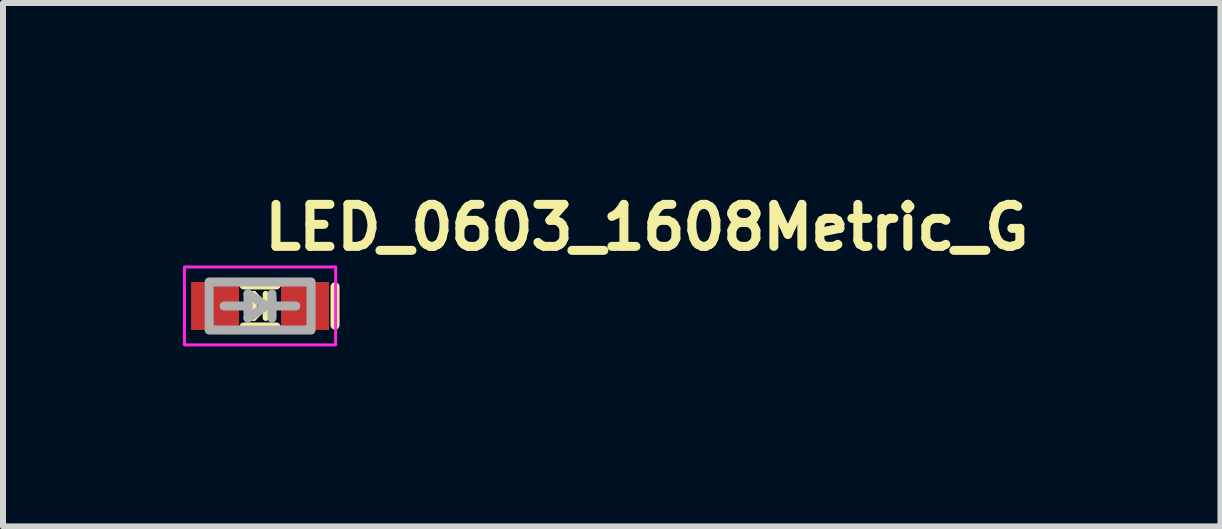
<source format=kicad_pcb>
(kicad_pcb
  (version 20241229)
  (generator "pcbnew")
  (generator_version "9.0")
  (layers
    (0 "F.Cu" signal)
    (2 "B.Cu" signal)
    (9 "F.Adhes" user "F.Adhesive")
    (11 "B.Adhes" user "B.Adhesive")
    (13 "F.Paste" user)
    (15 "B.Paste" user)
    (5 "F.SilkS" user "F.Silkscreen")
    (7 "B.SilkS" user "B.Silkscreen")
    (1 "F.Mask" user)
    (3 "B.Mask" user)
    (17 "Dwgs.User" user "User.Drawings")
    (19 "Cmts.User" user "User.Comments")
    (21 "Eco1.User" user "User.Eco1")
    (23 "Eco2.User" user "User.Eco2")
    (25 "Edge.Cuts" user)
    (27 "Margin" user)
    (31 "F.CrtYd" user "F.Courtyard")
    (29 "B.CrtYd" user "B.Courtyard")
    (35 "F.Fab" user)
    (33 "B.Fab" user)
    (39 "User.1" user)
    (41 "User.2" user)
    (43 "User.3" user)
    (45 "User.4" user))
  (footprint "LED_0603_1608Metric_G"
    (layer "F.Cu")
    (at 1.285 2.05)
    (property "Reference" "LED_0603_1608Metric_G" (at 0 -0.9 0) (layer "F.SilkS") (effects (font (size 0.7 0.7) (thickness 0.15)) (justify left bottom)))
    (attr smd)
    (fp_line (start -0.27 -0.35) (end 0.27 -0.35) (stroke (width 0.15) (type solid)) (layer "F.SilkS"))
    (fp_line (start -0.27 0.351) (end 0.27 0.351) (stroke (width 0.15) (type solid)) (layer "F.SilkS"))
    (fp_line (start -0.106 -0.2) (end -0.106 0.2) (stroke (width 0.1) (type solid)) (layer "F.SilkS"))
    (fp_line (start -0.106 -0.2) (end 0.094 -0.000008) (stroke (width 0.1) (type solid)) (layer "F.SilkS"))
    (fp_line (start -0.106 -0.000008) (end -0.29 0) (stroke (width 0.1) (type solid)) (layer "F.SilkS"))
    (fp_line (start 0.094 -0.2) (end 0.094 0.2) (stroke (width 0.1) (type solid)) (layer "F.SilkS"))
    (fp_line (start 0.094 -0.000008) (end -0.106 0.2) (stroke (width 0.1) (type solid)) (layer "F.SilkS"))
    (fp_line (start 0.094 -0.000008) (end 0.294 -0.000008) (stroke (width 0.1) (type solid)) (layer "F.SilkS"))
    (fp_line (start 1.25 0.32) (end 1.25 -0.32) (stroke (width 0.15) (type solid)) (layer "F.SilkS"))
    (fp_rect (start 1.26 0.65) (end -1.26 -0.65) (stroke (width 0.05) (type solid)) (fill no) (layer "F.CrtYd"))
    (fp_line (start -0.599 0) (end -0.201 0) (stroke (width 0.15) (type solid)) (layer "F.Fab"))
    (fp_line (start -0.201 -0.2) (end -0.201 0) (stroke (width 0.15) (type solid)) (layer "F.Fab"))
    (fp_line (start -0.201 0) (end -0.201 0.202) (stroke (width 0.15) (type solid)) (layer "F.Fab"))
    (fp_line (start -0.201 0.202) (end 0.101 0) (stroke (width 0.15) (type solid)) (layer "F.Fab"))
    (fp_line (start 0.101 0) (end -0.201 -0.2) (stroke (width 0.15) (type solid)) (layer "F.Fab"))
    (fp_line (start 0.199 -0.2) (end 0.199 -0.1) (stroke (width 0.15) (type solid)) (layer "F.Fab"))
    (fp_line (start 0.199 0) (end 0.597 0) (stroke (width 0.15) (type solid)) (layer "F.Fab"))
    (fp_line (start 0.199 0.202) (end 0.199 -0.1) (stroke (width 0.15) (type solid)) (layer "F.Fab"))
    (fp_rect (start -0.848 -0.4) (end 0.85 0.402) (stroke (width 0.15) (type solid)) (fill no) (layer "F.Fab"))
    (fp_rect (start 0.81 0.4) (end -0.81 -0.4) (stroke (width 0.1) (type solid)) (fill no) (layer "User.5"))
    (fp_line (start -0.81 -0.34) (end -0.81 -0.148) (stroke (width 0.02) (type solid)) (layer "User.9"))
    (fp_line (start -0.81 -0.148) (end -0.802 -0.148) (stroke (width 0.02) (type solid)) (layer "User.9"))
    (fp_line (start -0.81 0.15) (end -0.81 0.342) (stroke (width 0.02) (type solid)) (layer "User.9"))
    (fp_line (start -0.81 0.342) (end -0.578 0.342) (stroke (width 0.02) (type solid)) (layer "User.9"))
    (fp_line (start -0.802 -0.148) (end -0.794 -0.148) (stroke (width 0.02) (type solid)) (layer "User.9"))
    (fp_line (start -0.802 0.15) (end -0.81 0.15) (stroke (width 0.02) (type solid)) (layer "User.9"))
    (fp_line (start -0.8 -0.4) (end -0.8 -0.34) (stroke (width 0.02) (type solid)) (layer "User.9"))
    (fp_line (start -0.8 0.342) (end -0.8 0.402) (stroke (width 0.02) (type solid)) (layer "User.9"))
    (fp_line (start -0.8 0.402) (end 0.802 0.402) (stroke (width 0.02) (type solid)) (layer "User.9"))
    (fp_line (start -0.794 -0.148) (end -0.786 -0.148) (stroke (width 0.02) (type solid)) (layer "User.9"))
    (fp_line (start -0.794 0.15) (end -0.802 0.15) (stroke (width 0.02) (type solid)) (layer "User.9"))
    (fp_line (start -0.786 -0.148) (end -0.779 -0.147) (stroke (width 0.02) (type solid)) (layer "User.9"))
    (fp_line (start -0.786 0.15) (end -0.794 0.15) (stroke (width 0.02) (type solid)) (layer "User.9"))
    (fp_line (start -0.779 -0.147) (end -0.771 -0.146) (stroke (width 0.02) (type solid)) (layer "User.9"))
    (fp_line (start -0.779 0.149) (end -0.786 0.15) (stroke (width 0.02) (type solid)) (layer "User.9"))
    (fp_line (start -0.771 -0.146) (end -0.763 -0.144) (stroke (width 0.02) (type solid)) (layer "User.9"))
    (fp_line (start -0.771 0.148) (end -0.779 0.149) (stroke (width 0.02) (type solid)) (layer "User.9"))
    (fp_line (start -0.763 -0.144) (end -0.755 -0.143) (stroke (width 0.02) (type solid)) (layer "User.9"))
    (fp_line (start -0.763 0.146) (end -0.771 0.148) (stroke (width 0.02) (type solid)) (layer "User.9"))
    (fp_line (start -0.755 -0.143) (end -0.748 -0.141) (stroke (width 0.02) (type solid)) (layer "User.9"))
    (fp_line (start -0.755 0.145) (end -0.763 0.146) (stroke (width 0.02) (type solid)) (layer "User.9"))
    (fp_line (start -0.748 -0.141) (end -0.741 -0.138) (stroke (width 0.02) (type solid)) (layer "User.9"))
    (fp_line (start -0.748 0.143) (end -0.755 0.145) (stroke (width 0.02) (type solid)) (layer "User.9"))
    (fp_line (start -0.741 -0.138) (end -0.734 -0.135) (stroke (width 0.02) (type solid)) (layer "User.9"))
    (fp_line (start -0.741 0.14) (end -0.748 0.143) (stroke (width 0.02) (type solid)) (layer "User.9"))
    (fp_line (start -0.734 -0.135) (end -0.727 -0.131) (stroke (width 0.02) (type solid)) (layer "User.9"))
    (fp_line (start -0.734 0.137) (end -0.741 0.14) (stroke (width 0.02) (type solid)) (layer "User.9"))
    (fp_line (start -0.727 -0.131) (end -0.721 -0.128) (stroke (width 0.02) (type solid)) (layer "User.9"))
    (fp_line (start -0.727 0.133) (end -0.734 0.137) (stroke (width 0.02) (type solid)) (layer "User.9"))
    (fp_line (start -0.721 -0.128) (end -0.714 -0.123) (stroke (width 0.02) (type solid)) (layer "User.9"))
    (fp_line (start -0.721 0.13) (end -0.727 0.133) (stroke (width 0.02) (type solid)) (layer "User.9"))
    (fp_line (start -0.714 -0.123) (end -0.708 -0.119) (stroke (width 0.02) (type solid)) (layer "User.9"))
    (fp_line (start -0.714 0.125) (end -0.721 0.13) (stroke (width 0.02) (type solid)) (layer "User.9"))
    (fp_line (start -0.708 -0.119) (end -0.703 -0.114) (stroke (width 0.02) (type solid)) (layer "User.9"))
    (fp_line (start -0.708 0.12) (end -0.714 0.125) (stroke (width 0.02) (type solid)) (layer "User.9"))
    (fp_line (start -0.703 -0.114) (end -0.697 -0.108) (stroke (width 0.02) (type solid)) (layer "User.9"))
    (fp_line (start -0.703 0.116) (end -0.708 0.12) (stroke (width 0.02) (type solid)) (layer "User.9"))
    (fp_line (start -0.697 -0.108) (end -0.697 -0.108) (stroke (width 0.02) (type solid)) (layer "User.9"))
    (fp_line (start -0.697 -0.108) (end -0.691 -0.104) (stroke (width 0.02) (type solid)) (layer "User.9"))
    (fp_line (start -0.697 0.11) (end -0.703 0.116) (stroke (width 0.02) (type solid)) (layer "User.9"))
    (fp_line (start -0.697 0.11) (end -0.697 0.11) (stroke (width 0.02) (type solid)) (layer "User.9"))
    (fp_line (start -0.691 -0.104) (end -0.686 -0.098) (stroke (width 0.02) (type solid)) (layer "User.9"))
    (fp_line (start -0.691 0.105) (end -0.697 0.11) (stroke (width 0.02) (type solid)) (layer "User.9"))
    (fp_line (start -0.686 -0.098) (end -0.681 -0.091) (stroke (width 0.02) (type solid)) (layer "User.9"))
    (fp_line (start -0.686 0.1) (end -0.691 0.105) (stroke (width 0.02) (type solid)) (layer "User.9"))
    (fp_line (start -0.681 -0.091) (end -0.677 -0.086) (stroke (width 0.02) (type solid)) (layer "User.9"))
    (fp_line (start -0.681 0.093) (end -0.686 0.1) (stroke (width 0.02) (type solid)) (layer "User.9"))
    (fp_line (start -0.677 -0.086) (end -0.673 -0.078) (stroke (width 0.02) (type solid)) (layer "User.9"))
    (fp_line (start -0.677 0.088) (end -0.681 0.093) (stroke (width 0.02) (type solid)) (layer "User.9"))
    (fp_line (start -0.673 -0.078) (end -0.669 -0.072) (stroke (width 0.02) (type solid)) (layer "User.9"))
    (fp_line (start -0.673 0.08) (end -0.677 0.088) (stroke (width 0.02) (type solid)) (layer "User.9"))
    (fp_line (start -0.669 -0.072) (end -0.665 -0.066) (stroke (width 0.02) (type solid)) (layer "User.9"))
    (fp_line (start -0.669 0.074) (end -0.673 0.08) (stroke (width 0.02) (type solid)) (layer "User.9"))
    (fp_line (start -0.665 -0.066) (end -0.662 -0.059) (stroke (width 0.02) (type solid)) (layer "User.9"))
    (fp_line (start -0.665 0.068) (end -0.669 0.074) (stroke (width 0.02) (type solid)) (layer "User.9"))
    (fp_line (start -0.662 -0.059) (end -0.659 -0.052) (stroke (width 0.02) (type solid)) (layer "User.9"))
    (fp_line (start -0.662 0.06) (end -0.665 0.068) (stroke (width 0.02) (type solid)) (layer "User.9"))
    (fp_line (start -0.659 -0.052) (end -0.657 -0.044) (stroke (width 0.02) (type solid)) (layer "User.9"))
    (fp_line (start -0.659 0.053) (end -0.662 0.06) (stroke (width 0.02) (type solid)) (layer "User.9"))
    (fp_line (start -0.657 -0.044) (end -0.654 -0.037) (stroke (width 0.02) (type solid)) (layer "User.9"))
    (fp_line (start -0.657 0.046) (end -0.659 0.053) (stroke (width 0.02) (type solid)) (layer "User.9"))
    (fp_line (start -0.654 -0.037) (end -0.653 -0.029) (stroke (width 0.02) (type solid)) (layer "User.9"))
    (fp_line (start -0.654 0.039) (end -0.657 0.046) (stroke (width 0.02) (type solid)) (layer "User.9"))
    (fp_line (start -0.653 -0.029) (end -0.651 -0.022) (stroke (width 0.02) (type solid)) (layer "User.9"))
    (fp_line (start -0.653 0.031) (end -0.654 0.039) (stroke (width 0.02) (type solid)) (layer "User.9"))
    (fp_line (start -0.651 -0.022) (end -0.65 -0.014) (stroke (width 0.02) (type solid)) (layer "User.9"))
    (fp_line (start -0.651 0.024) (end -0.653 0.031) (stroke (width 0.02) (type solid)) (layer "User.9"))
    (fp_line (start -0.65 -0.014) (end -0.65 -0.007) (stroke (width 0.02) (type solid)) (layer "User.9"))
    (fp_line (start -0.65 -0.007) (end -0.65 0) (stroke (width 0.02) (type solid)) (layer "User.9"))
    (fp_line (start -0.65 0) (end -0.65 0.008) (stroke (width 0.02) (type solid)) (layer "User.9"))
    (fp_line (start -0.65 0.008) (end -0.65 0.016) (stroke (width 0.02) (type solid)) (layer "User.9"))
    (fp_line (start -0.65 0.016) (end -0.651 0.024) (stroke (width 0.02) (type solid)) (layer "User.9"))
    (fp_line (start -0.598 -0.306) (end -0.597 -0.309) (stroke (width 0.02) (type solid)) (layer "User.9"))
    (fp_line (start -0.598 -0.304) (end -0.598 -0.306) (stroke (width 0.02) (type solid)) (layer "User.9"))
    (fp_line (start -0.598 -0.301) (end -0.598 -0.304) (stroke (width 0.02) (type solid)) (layer "User.9"))
    (fp_line (start -0.598 -0.298) (end -0.598 -0.301) (stroke (width 0.02) (type solid)) (layer "User.9"))
    (fp_line (start -0.598 -0.298) (end -0.598 0.3) (stroke (width 0.02) (type solid)) (layer "User.9"))
    (fp_line (start -0.598 0.303) (end -0.598 0.3) (stroke (width 0.02) (type solid)) (layer "User.9"))
    (fp_line (start -0.598 0.306) (end -0.598 0.303) (stroke (width 0.02) (type solid)) (layer "User.9"))
    (fp_line (start -0.598 0.308) (end -0.598 0.306) (stroke (width 0.02) (type solid)) (layer "User.9"))
    (fp_line (start -0.597 -0.311) (end -0.596 -0.313) (stroke (width 0.02) (type solid)) (layer "User.9"))
    (fp_line (start -0.597 -0.309) (end -0.597 -0.311) (stroke (width 0.02) (type solid)) (layer "User.9"))
    (fp_line (start -0.597 0.311) (end -0.598 0.308) (stroke (width 0.02) (type solid)) (layer "User.9"))
    (fp_line (start -0.597 0.313) (end -0.597 0.311) (stroke (width 0.02) (type solid)) (layer "User.9"))
    (fp_line (start -0.596 -0.313) (end -0.595 -0.316) (stroke (width 0.02) (type solid)) (layer "User.9"))
    (fp_line (start -0.596 0.315) (end -0.597 0.313) (stroke (width 0.02) (type solid)) (layer "User.9"))
    (fp_line (start -0.595 -0.318) (end -0.594 -0.321) (stroke (width 0.02) (type solid)) (layer "User.9"))
    (fp_line (start -0.595 -0.316) (end -0.595 -0.318) (stroke (width 0.02) (type solid)) (layer "User.9"))
    (fp_line (start -0.595 0.318) (end -0.596 0.315) (stroke (width 0.02) (type solid)) (layer "User.9"))
    (fp_line (start -0.595 0.32) (end -0.595 0.318) (stroke (width 0.02) (type solid)) (layer "User.9"))
    (fp_line (start -0.594 -0.321) (end -0.592 -0.323) (stroke (width 0.02) (type solid)) (layer "User.9"))
    (fp_line (start -0.594 0.323) (end -0.595 0.32) (stroke (width 0.02) (type solid)) (layer "User.9"))
    (fp_line (start -0.592 -0.323) (end -0.591 -0.325) (stroke (width 0.02) (type solid)) (layer "User.9"))
    (fp_line (start -0.592 0.325) (end -0.594 0.323) (stroke (width 0.02) (type solid)) (layer "User.9"))
    (fp_line (start -0.591 -0.325) (end -0.59 -0.327) (stroke (width 0.02) (type solid)) (layer "User.9"))
    (fp_line (start -0.591 0.327) (end -0.592 0.325) (stroke (width 0.02) (type solid)) (layer "User.9"))
    (fp_line (start -0.59 -0.327) (end -0.589 -0.329) (stroke (width 0.02) (type solid)) (layer "User.9"))
    (fp_line (start -0.59 0.329) (end -0.591 0.327) (stroke (width 0.02) (type solid)) (layer "User.9"))
    (fp_line (start -0.589 -0.329) (end -0.587 -0.331) (stroke (width 0.02) (type solid)) (layer "User.9"))
    (fp_line (start -0.589 0.331) (end -0.59 0.329) (stroke (width 0.02) (type solid)) (layer "User.9"))
    (fp_line (start -0.587 -0.331) (end -0.586 -0.333) (stroke (width 0.02) (type solid)) (layer "User.9"))
    (fp_line (start -0.587 0.333) (end -0.589 0.331) (stroke (width 0.02) (type solid)) (layer "User.9"))
    (fp_line (start -0.586 -0.333) (end -0.584 -0.335) (stroke (width 0.02) (type solid)) (layer "User.9"))
    (fp_line (start -0.586 0.335) (end -0.587 0.333) (stroke (width 0.02) (type solid)) (layer "User.9"))
    (fp_line (start -0.584 -0.335) (end -0.582 -0.337) (stroke (width 0.02) (type solid)) (layer "User.9"))
    (fp_line (start -0.584 0.337) (end -0.586 0.335) (stroke (width 0.02) (type solid)) (layer "User.9"))
    (fp_line (start -0.582 -0.337) (end -0.58 -0.338) (stroke (width 0.02) (type solid)) (layer "User.9"))
    (fp_line (start -0.582 0.339) (end -0.584 0.337) (stroke (width 0.02) (type solid)) (layer "User.9"))
    (fp_line (start -0.58 -0.338) (end -0.578 -0.34) (stroke (width 0.02) (type solid)) (layer "User.9"))
    (fp_line (start -0.58 0.34) (end -0.582 0.339) (stroke (width 0.02) (type solid)) (layer "User.9"))
    (fp_line (start -0.578 -0.34) (end -0.81 -0.34) (stroke (width 0.02) (type solid)) (layer "User.9"))
    (fp_line (start -0.578 -0.34) (end -0.576 -0.341) (stroke (width 0.02) (type solid)) (layer "User.9"))
    (fp_line (start -0.578 0.342) (end -0.58 0.34) (stroke (width 0.02) (type solid)) (layer "User.9"))
    (fp_line (start -0.576 -0.341) (end -0.575 -0.342) (stroke (width 0.02) (type solid)) (layer "User.9"))
    (fp_line (start -0.576 0.343) (end -0.578 0.342) (stroke (width 0.02) (type solid)) (layer "User.9"))
    (fp_line (start -0.575 -0.342) (end -0.573 -0.343) (stroke (width 0.02) (type solid)) (layer "User.9"))
    (fp_line (start -0.575 0.344) (end -0.576 0.343) (stroke (width 0.02) (type solid)) (layer "User.9"))
    (fp_line (start -0.573 -0.343) (end -0.571 -0.345) (stroke (width 0.02) (type solid)) (layer "User.9"))
    (fp_line (start -0.573 0.345) (end -0.575 0.344) (stroke (width 0.02) (type solid)) (layer "User.9"))
    (fp_line (start -0.571 -0.345) (end -0.569 -0.346) (stroke (width 0.02) (type solid)) (layer "User.9"))
    (fp_line (start -0.571 0.347) (end -0.573 0.345) (stroke (width 0.02) (type solid)) (layer "User.9"))
    (fp_line (start -0.569 -0.346) (end -0.567 -0.346) (stroke (width 0.02) (type solid)) (layer "User.9"))
    (fp_line (start -0.569 0.348) (end -0.571 0.347) (stroke (width 0.02) (type solid)) (layer "User.9"))
    (fp_line (start -0.567 -0.346) (end -0.564 -0.347) (stroke (width 0.02) (type solid)) (layer "User.9"))
    (fp_line (start -0.567 0.348) (end -0.569 0.348) (stroke (width 0.02) (type solid)) (layer "User.9"))
    (fp_line (start -0.564 -0.347) (end -0.562 -0.348) (stroke (width 0.02) (type solid)) (layer "User.9"))
    (fp_line (start -0.564 0.349) (end -0.567 0.348) (stroke (width 0.02) (type solid)) (layer "User.9"))
    (fp_line (start -0.562 -0.348) (end -0.56 -0.348) (stroke (width 0.02) (type solid)) (layer "User.9"))
    (fp_line (start -0.562 0.35) (end -0.564 0.349) (stroke (width 0.02) (type solid)) (layer "User.9"))
    (fp_line (start -0.56 -0.348) (end -0.557 -0.349) (stroke (width 0.02) (type solid)) (layer "User.9"))
    (fp_line (start -0.56 0.35) (end -0.562 0.35) (stroke (width 0.02) (type solid)) (layer "User.9"))
    (fp_line (start -0.557 -0.349) (end -0.555 -0.349) (stroke (width 0.02) (type solid)) (layer "User.9"))
    (fp_line (start -0.557 0.351) (end -0.56 0.35) (stroke (width 0.02) (type solid)) (layer "User.9"))
    (fp_line (start -0.555 -0.349) (end -0.552 -0.349) (stroke (width 0.02) (type solid)) (layer "User.9"))
    (fp_line (start -0.555 0.351) (end -0.557 0.351) (stroke (width 0.02) (type solid)) (layer "User.9"))
    (fp_line (start -0.552 -0.349) (end -0.55 -0.349) (stroke (width 0.02) (type solid)) (layer "User.9"))
    (fp_line (start -0.552 0.351) (end -0.555 0.351) (stroke (width 0.02) (type solid)) (layer "User.9"))
    (fp_line (start -0.55 0.351) (end -0.552 0.351) (stroke (width 0.02) (type solid)) (layer "User.9"))
    (fp_line (start -0.55 0.351) (end 0.552 0.351) (stroke (width 0.02) (type solid)) (layer "User.9"))
    (fp_line (start 0.5 -0.39) (end 0.5 -0.349) (stroke (width 0.02) (type solid)) (layer "User.9"))
    (fp_line (start 0.5 0.351) (end 0.5 0.392) (stroke (width 0.02) (type solid)) (layer "User.9"))
    (fp_line (start 0.5 0.392) (end 0.782 0.392) (stroke (width 0.02) (type solid)) (layer "User.9"))
    (fp_line (start 0.552 -0.349) (end -0.55 -0.349) (stroke (width 0.02) (type solid)) (layer "User.9"))
    (fp_line (start 0.552 -0.349) (end 0.554 -0.349) (stroke (width 0.02) (type solid)) (layer "User.9"))
    (fp_line (start 0.554 -0.349) (end 0.557 -0.349) (stroke (width 0.02) (type solid)) (layer "User.9"))
    (fp_line (start 0.554 0.351) (end 0.552 0.351) (stroke (width 0.02) (type solid)) (layer "User.9"))
    (fp_line (start 0.557 -0.349) (end 0.559 -0.349) (stroke (width 0.02) (type solid)) (layer "User.9"))
    (fp_line (start 0.557 0.351) (end 0.554 0.351) (stroke (width 0.02) (type solid)) (layer "User.9"))
    (fp_line (start 0.559 -0.349) (end 0.562 -0.348) (stroke (width 0.02) (type solid)) (layer "User.9"))
    (fp_line (start 0.559 0.351) (end 0.557 0.351) (stroke (width 0.02) (type solid)) (layer "User.9"))
    (fp_line (start 0.562 -0.348) (end 0.564 -0.348) (stroke (width 0.02) (type solid)) (layer "User.9"))
    (fp_line (start 0.562 0.35) (end 0.559 0.351) (stroke (width 0.02) (type solid)) (layer "User.9"))
    (fp_line (start 0.564 -0.348) (end 0.566 -0.347) (stroke (width 0.02) (type solid)) (layer "User.9"))
    (fp_line (start 0.564 0.35) (end 0.562 0.35) (stroke (width 0.02) (type solid)) (layer "User.9"))
    (fp_line (start 0.566 -0.347) (end 0.569 -0.346) (stroke (width 0.02) (type solid)) (layer "User.9"))
    (fp_line (start 0.566 0.349) (end 0.564 0.35) (stroke (width 0.02) (type solid)) (layer "User.9"))
    (fp_line (start 0.569 -0.346) (end 0.571 -0.346) (stroke (width 0.02) (type solid)) (layer "User.9"))
    (fp_line (start 0.569 0.348) (end 0.566 0.349) (stroke (width 0.02) (type solid)) (layer "User.9"))
    (fp_line (start 0.571 -0.346) (end 0.573 -0.345) (stroke (width 0.02) (type solid)) (layer "User.9"))
    (fp_line (start 0.571 0.348) (end 0.569 0.348) (stroke (width 0.02) (type solid)) (layer "User.9"))
    (fp_line (start 0.573 -0.345) (end 0.575 -0.343) (stroke (width 0.02) (type solid)) (layer "User.9"))
    (fp_line (start 0.573 0.347) (end 0.571 0.348) (stroke (width 0.02) (type solid)) (layer "User.9"))
    (fp_line (start 0.575 -0.343) (end 0.577 -0.342) (stroke (width 0.02) (type solid)) (layer "User.9"))
    (fp_line (start 0.575 0.345) (end 0.573 0.347) (stroke (width 0.02) (type solid)) (layer "User.9"))
    (fp_line (start 0.577 -0.342) (end 0.578 -0.341) (stroke (width 0.02) (type solid)) (layer "User.9"))
    (fp_line (start 0.577 0.344) (end 0.575 0.345) (stroke (width 0.02) (type solid)) (layer "User.9"))
    (fp_line (start 0.578 -0.341) (end 0.58 -0.34) (stroke (width 0.02) (type solid)) (layer "User.9"))
    (fp_line (start 0.578 0.343) (end 0.577 0.344) (stroke (width 0.02) (type solid)) (layer "User.9"))
    (fp_line (start 0.58 -0.34) (end 0.582 -0.338) (stroke (width 0.02) (type solid)) (layer "User.9"))
    (fp_line (start 0.58 0.342) (end 0.578 0.343) (stroke (width 0.02) (type solid)) (layer "User.9"))
    (fp_line (start 0.58 0.342) (end 0.812 0.342) (stroke (width 0.02) (type solid)) (layer "User.9"))
    (fp_line (start 0.582 -0.338) (end 0.584 -0.337) (stroke (width 0.02) (type solid)) (layer "User.9"))
    (fp_line (start 0.582 0.34) (end 0.58 0.342) (stroke (width 0.02) (type solid)) (layer "User.9"))
    (fp_line (start 0.584 -0.337) (end 0.586 -0.335) (stroke (width 0.02) (type solid)) (layer "User.9"))
    (fp_line (start 0.584 0.339) (end 0.582 0.34) (stroke (width 0.02) (type solid)) (layer "User.9"))
    (fp_line (start 0.586 -0.335) (end 0.588 -0.333) (stroke (width 0.02) (type solid)) (layer "User.9"))
    (fp_line (start 0.586 0.337) (end 0.584 0.339) (stroke (width 0.02) (type solid)) (layer "User.9"))
    (fp_line (start 0.588 -0.333) (end 0.589 -0.331) (stroke (width 0.02) (type solid)) (layer "User.9"))
    (fp_line (start 0.588 0.335) (end 0.586 0.337) (stroke (width 0.02) (type solid)) (layer "User.9"))
    (fp_line (start 0.589 -0.331) (end 0.591 -0.329) (stroke (width 0.02) (type solid)) (layer "User.9"))
    (fp_line (start 0.589 0.333) (end 0.588 0.335) (stroke (width 0.02) (type solid)) (layer "User.9"))
    (fp_line (start 0.591 -0.329) (end 0.592 -0.327) (stroke (width 0.02) (type solid)) (layer "User.9"))
    (fp_line (start 0.591 0.331) (end 0.589 0.333) (stroke (width 0.02) (type solid)) (layer "User.9"))
    (fp_line (start 0.592 -0.327) (end 0.593 -0.325) (stroke (width 0.02) (type solid)) (layer "User.9"))
    (fp_line (start 0.592 0.329) (end 0.591 0.331) (stroke (width 0.02) (type solid)) (layer "User.9"))
    (fp_line (start 0.593 -0.325) (end 0.594 -0.323) (stroke (width 0.02) (type solid)) (layer "User.9"))
    (fp_line (start 0.593 0.327) (end 0.592 0.329) (stroke (width 0.02) (type solid)) (layer "User.9"))
    (fp_line (start 0.594 -0.323) (end 0.596 -0.321) (stroke (width 0.02) (type solid)) (layer "User.9"))
    (fp_line (start 0.594 0.325) (end 0.593 0.327) (stroke (width 0.02) (type solid)) (layer "User.9"))
    (fp_line (start 0.596 -0.321) (end 0.597 -0.318) (stroke (width 0.02) (type solid)) (layer "User.9"))
    (fp_line (start 0.596 0.323) (end 0.594 0.325) (stroke (width 0.02) (type solid)) (layer "User.9"))
    (fp_line (start 0.597 -0.318) (end 0.597 -0.316) (stroke (width 0.02) (type solid)) (layer "User.9"))
    (fp_line (start 0.597 -0.316) (end 0.598 -0.313) (stroke (width 0.02) (type solid)) (layer "User.9"))
    (fp_line (start 0.597 0.318) (end 0.597 0.32) (stroke (width 0.02) (type solid)) (layer "User.9"))
    (fp_line (start 0.597 0.32) (end 0.596 0.323) (stroke (width 0.02) (type solid)) (layer "User.9"))
    (fp_line (start 0.598 -0.313) (end 0.599 -0.311) (stroke (width 0.02) (type solid)) (layer "User.9"))
    (fp_line (start 0.598 0.315) (end 0.597 0.318) (stroke (width 0.02) (type solid)) (layer "User.9"))
    (fp_line (start 0.599 -0.311) (end 0.599 -0.309) (stroke (width 0.02) (type solid)) (layer "User.9"))
    (fp_line (start 0.599 -0.309) (end 0.6 -0.306) (stroke (width 0.02) (type solid)) (layer "User.9"))
    (fp_line (start 0.599 0.311) (end 0.599 0.313) (stroke (width 0.02) (type solid)) (layer "User.9"))
    (fp_line (start 0.599 0.313) (end 0.598 0.315) (stroke (width 0.02) (type solid)) (layer "User.9"))
    (fp_line (start 0.6 -0.306) (end 0.6 -0.304) (stroke (width 0.02) (type solid)) (layer "User.9"))
    (fp_line (start 0.6 -0.304) (end 0.6 -0.301) (stroke (width 0.02) (type solid)) (layer "User.9"))
    (fp_line (start 0.6 -0.301) (end 0.6 -0.298) (stroke (width 0.02) (type solid)) (layer "User.9"))
    (fp_line (start 0.6 0.3) (end 0.6 -0.298) (stroke (width 0.02) (type solid)) (layer "User.9"))
    (fp_line (start 0.6 0.3) (end 0.6 0.303) (stroke (width 0.02) (type solid)) (layer "User.9"))
    (fp_line (start 0.6 0.303) (end 0.6 0.306) (stroke (width 0.02) (type solid)) (layer "User.9"))
    (fp_line (start 0.6 0.306) (end 0.6 0.308) (stroke (width 0.02) (type solid)) (layer "User.9"))
    (fp_line (start 0.6 0.308) (end 0.599 0.311) (stroke (width 0.02) (type solid)) (layer "User.9"))
    (fp_line (start 0.651 0) (end 0.652 -0.01) (stroke (width 0.02) (type solid)) (layer "User.9"))
    (fp_line (start 0.652 -0.01) (end 0.653 -0.02) (stroke (width 0.02) (type solid)) (layer "User.9"))
    (fp_line (start 0.652 0.011) (end 0.651 0) (stroke (width 0.02) (type solid)) (layer "User.9"))
    (fp_line (start 0.653 -0.02) (end 0.655 -0.029) (stroke (width 0.02) (type solid)) (layer "User.9"))
    (fp_line (start 0.653 0.022) (end 0.652 0.011) (stroke (width 0.02) (type solid)) (layer "User.9"))
    (fp_line (start 0.655 -0.029) (end 0.657 -0.04) (stroke (width 0.02) (type solid)) (layer "User.9"))
    (fp_line (start 0.655 0.031) (end 0.653 0.022) (stroke (width 0.02) (type solid)) (layer "User.9"))
    (fp_line (start 0.657 -0.04) (end 0.66 -0.049) (stroke (width 0.02) (type solid)) (layer "User.9"))
    (fp_line (start 0.657 0.042) (end 0.655 0.031) (stroke (width 0.02) (type solid)) (layer "User.9"))
    (fp_line (start 0.66 -0.049) (end 0.664 -0.059) (stroke (width 0.02) (type solid)) (layer "User.9"))
    (fp_line (start 0.66 0.051) (end 0.657 0.042) (stroke (width 0.02) (type solid)) (layer "User.9"))
    (fp_line (start 0.664 -0.059) (end 0.668 -0.068) (stroke (width 0.02) (type solid)) (layer "User.9"))
    (fp_line (start 0.664 0.06) (end 0.66 0.051) (stroke (width 0.02) (type solid)) (layer "User.9"))
    (fp_line (start 0.668 -0.068) (end 0.673 -0.076) (stroke (width 0.02) (type solid)) (layer "User.9"))
    (fp_line (start 0.668 0.07) (end 0.664 0.06) (stroke (width 0.02) (type solid)) (layer "User.9"))
    (fp_line (start 0.673 -0.076) (end 0.673 -0.076) (stroke (width 0.02) (type solid)) (layer "User.9"))
    (fp_line (start 0.673 -0.076) (end 0.676 -0.082) (stroke (width 0.02) (type solid)) (layer "User.9"))
    (fp_line (start 0.673 0.078) (end 0.668 0.07) (stroke (width 0.02) (type solid)) (layer "User.9"))
    (fp_line (start 0.673 0.078) (end 0.673 0.078) (stroke (width 0.02) (type solid)) (layer "User.9"))
    (fp_line (start 0.676 -0.082) (end 0.679 -0.086) (stroke (width 0.02) (type solid)) (layer "User.9"))
    (fp_line (start 0.679 -0.086) (end 0.682 -0.089) (stroke (width 0.02) (type solid)) (layer "User.9"))
    (fp_line (start 0.679 0.088) (end 0.673 0.078) (stroke (width 0.02) (type solid)) (layer "User.9"))
    (fp_line (start 0.682 -0.089) (end 0.685 -0.093) (stroke (width 0.02) (type solid)) (layer "User.9"))
    (fp_line (start 0.685 -0.093) (end 0.689 -0.098) (stroke (width 0.02) (type solid)) (layer "User.9"))
    (fp_line (start 0.685 0.095) (end 0.679 0.088) (stroke (width 0.02) (type solid)) (layer "User.9"))
    (fp_line (start 0.689 -0.098) (end 0.692 -0.102) (stroke (width 0.02) (type solid)) (layer "User.9"))
    (fp_line (start 0.692 -0.102) (end 0.696 -0.105) (stroke (width 0.02) (type solid)) (layer "User.9"))
    (fp_line (start 0.692 0.104) (end 0.685 0.095) (stroke (width 0.02) (type solid)) (layer "User.9"))
    (fp_line (start 0.696 -0.105) (end 0.699 -0.108) (stroke (width 0.02) (type solid)) (layer "User.9"))
    (fp_line (start 0.699 -0.108) (end 0.703 -0.113) (stroke (width 0.02) (type solid)) (layer "User.9"))
    (fp_line (start 0.699 0.11) (end 0.692 0.104) (stroke (width 0.02) (type solid)) (layer "User.9"))
    (fp_line (start 0.703 -0.113) (end 0.706 -0.116) (stroke (width 0.02) (type solid)) (layer "User.9"))
    (fp_line (start 0.706 -0.116) (end 0.71 -0.119) (stroke (width 0.02) (type solid)) (layer "User.9"))
    (fp_line (start 0.706 0.118) (end 0.699 0.11) (stroke (width 0.02) (type solid)) (layer "User.9"))
    (fp_line (start 0.71 -0.119) (end 0.714 -0.121) (stroke (width 0.02) (type solid)) (layer "User.9"))
    (fp_line (start 0.714 -0.121) (end 0.718 -0.124) (stroke (width 0.02) (type solid)) (layer "User.9"))
    (fp_line (start 0.714 0.123) (end 0.706 0.118) (stroke (width 0.02) (type solid)) (layer "User.9"))
    (fp_line (start 0.718 -0.124) (end 0.723 -0.128) (stroke (width 0.02) (type solid)) (layer "User.9"))
    (fp_line (start 0.723 -0.128) (end 0.727 -0.13) (stroke (width 0.02) (type solid)) (layer "User.9"))
    (fp_line (start 0.723 0.13) (end 0.714 0.123) (stroke (width 0.02) (type solid)) (layer "User.9"))
    (fp_line (start 0.727 -0.13) (end 0.731 -0.133) (stroke (width 0.02) (type solid)) (layer "User.9"))
    (fp_line (start 0.731 -0.133) (end 0.736 -0.135) (stroke (width 0.02) (type solid)) (layer "User.9"))
    (fp_line (start 0.731 0.135) (end 0.723 0.13) (stroke (width 0.02) (type solid)) (layer "User.9"))
    (fp_line (start 0.736 -0.135) (end 0.74 -0.137) (stroke (width 0.02) (type solid)) (layer "User.9"))
    (fp_line (start 0.74 -0.137) (end 0.745 -0.139) (stroke (width 0.02) (type solid)) (layer "User.9"))
    (fp_line (start 0.74 0.139) (end 0.731 0.135) (stroke (width 0.02) (type solid)) (layer "User.9"))
    (fp_line (start 0.745 -0.139) (end 0.75 -0.141) (stroke (width 0.02) (type solid)) (layer "User.9"))
    (fp_line (start 0.75 -0.141) (end 0.755 -0.142) (stroke (width 0.02) (type solid)) (layer "User.9"))
    (fp_line (start 0.75 0.143) (end 0.74 0.139) (stroke (width 0.02) (type solid)) (layer "User.9"))
    (fp_line (start 0.755 -0.142) (end 0.76 -0.144) (stroke (width 0.02) (type solid)) (layer "User.9"))
    (fp_line (start 0.76 -0.144) (end 0.764 -0.144) (stroke (width 0.02) (type solid)) (layer "User.9"))
    (fp_line (start 0.76 0.145) (end 0.75 0.143) (stroke (width 0.02) (type solid)) (layer "User.9"))
    (fp_line (start 0.764 -0.144) (end 0.77 -0.145) (stroke (width 0.02) (type solid)) (layer "User.9"))
    (fp_line (start 0.77 -0.145) (end 0.775 -0.146) (stroke (width 0.02) (type solid)) (layer "User.9"))
    (fp_line (start 0.77 0.147) (end 0.76 0.145) (stroke (width 0.02) (type solid)) (layer "User.9"))
    (fp_line (start 0.775 -0.146) (end 0.78 -0.147) (stroke (width 0.02) (type solid)) (layer "User.9"))
    (fp_line (start 0.78 -0.147) (end 0.786 -0.148) (stroke (width 0.02) (type solid)) (layer "User.9"))
    (fp_line (start 0.78 0.149) (end 0.77 0.147) (stroke (width 0.02) (type solid)) (layer "User.9"))
    (fp_line (start 0.782 -0.39) (end 0.5 -0.39) (stroke (width 0.02) (type solid)) (layer "User.9"))
    (fp_line (start 0.782 -0.34) (end 0.782 -0.39) (stroke (width 0.02) (type solid)) (layer "User.9"))
    (fp_line (start 0.782 0.392) (end 0.782 0.342) (stroke (width 0.02) (type solid)) (layer "User.9"))
    (fp_line (start 0.786 -0.148) (end 0.791 -0.148) (stroke (width 0.02) (type solid)) (layer "User.9"))
    (fp_line (start 0.791 -0.148) (end 0.796 -0.148) (stroke (width 0.02) (type solid)) (layer "User.9"))
    (fp_line (start 0.791 0.15) (end 0.78 0.149) (stroke (width 0.02) (type solid)) (layer "User.9"))
    (fp_line (start 0.796 -0.148) (end 0.801 -0.149) (stroke (width 0.02) (type solid)) (layer "User.9"))
    (fp_line (start 0.801 -0.149) (end 0.806 -0.148) (stroke (width 0.02) (type solid)) (layer "User.9"))
    (fp_line (start 0.801 0.151) (end 0.791 0.15) (stroke (width 0.02) (type solid)) (layer "User.9"))
    (fp_line (start 0.802 -0.4) (end -0.8 -0.4) (stroke (width 0.02) (type solid)) (layer "User.9"))
    (fp_line (start 0.802 -0.34) (end 0.802 -0.4) (stroke (width 0.02) (type solid)) (layer "User.9"))
    (fp_line (start 0.802 0.402) (end 0.802 0.342) (stroke (width 0.02) (type solid)) (layer "User.9"))
    (fp_line (start 0.806 -0.148) (end 0.812 -0.148) (stroke (width 0.02) (type solid)) (layer "User.9"))
    (fp_line (start 0.812 -0.34) (end 0.58 -0.34) (stroke (width 0.02) (type solid)) (layer "User.9"))
    (fp_line (start 0.812 -0.148) (end 0.812 -0.34) (stroke (width 0.02) (type solid)) (layer "User.9"))
    (fp_line (start 0.812 0.15) (end 0.801 0.151) (stroke (width 0.02) (type solid)) (layer "User.9"))
    (fp_line (start 0.812 0.342) (end 0.812 0.15) (stroke (width 0.02) (type solid)) (layer "User.9"))
    (pad "1" smd rect (at -0.75 0 180) (size 0.8 0.8) (layers "F.Cu" "F.Mask" "F.Paste"))
    (pad "2" smd rect (at 0.75 0 180) (size 0.8 0.8) (layers "F.Cu" "F.Mask" "F.Paste")))
  (gr_rect
    (start -3 -3)
    (end 17.295 5.725)
    (stroke (width 0.1) (type default))
    (fill no)
    (layer "Edge.Cuts")))
</source>
